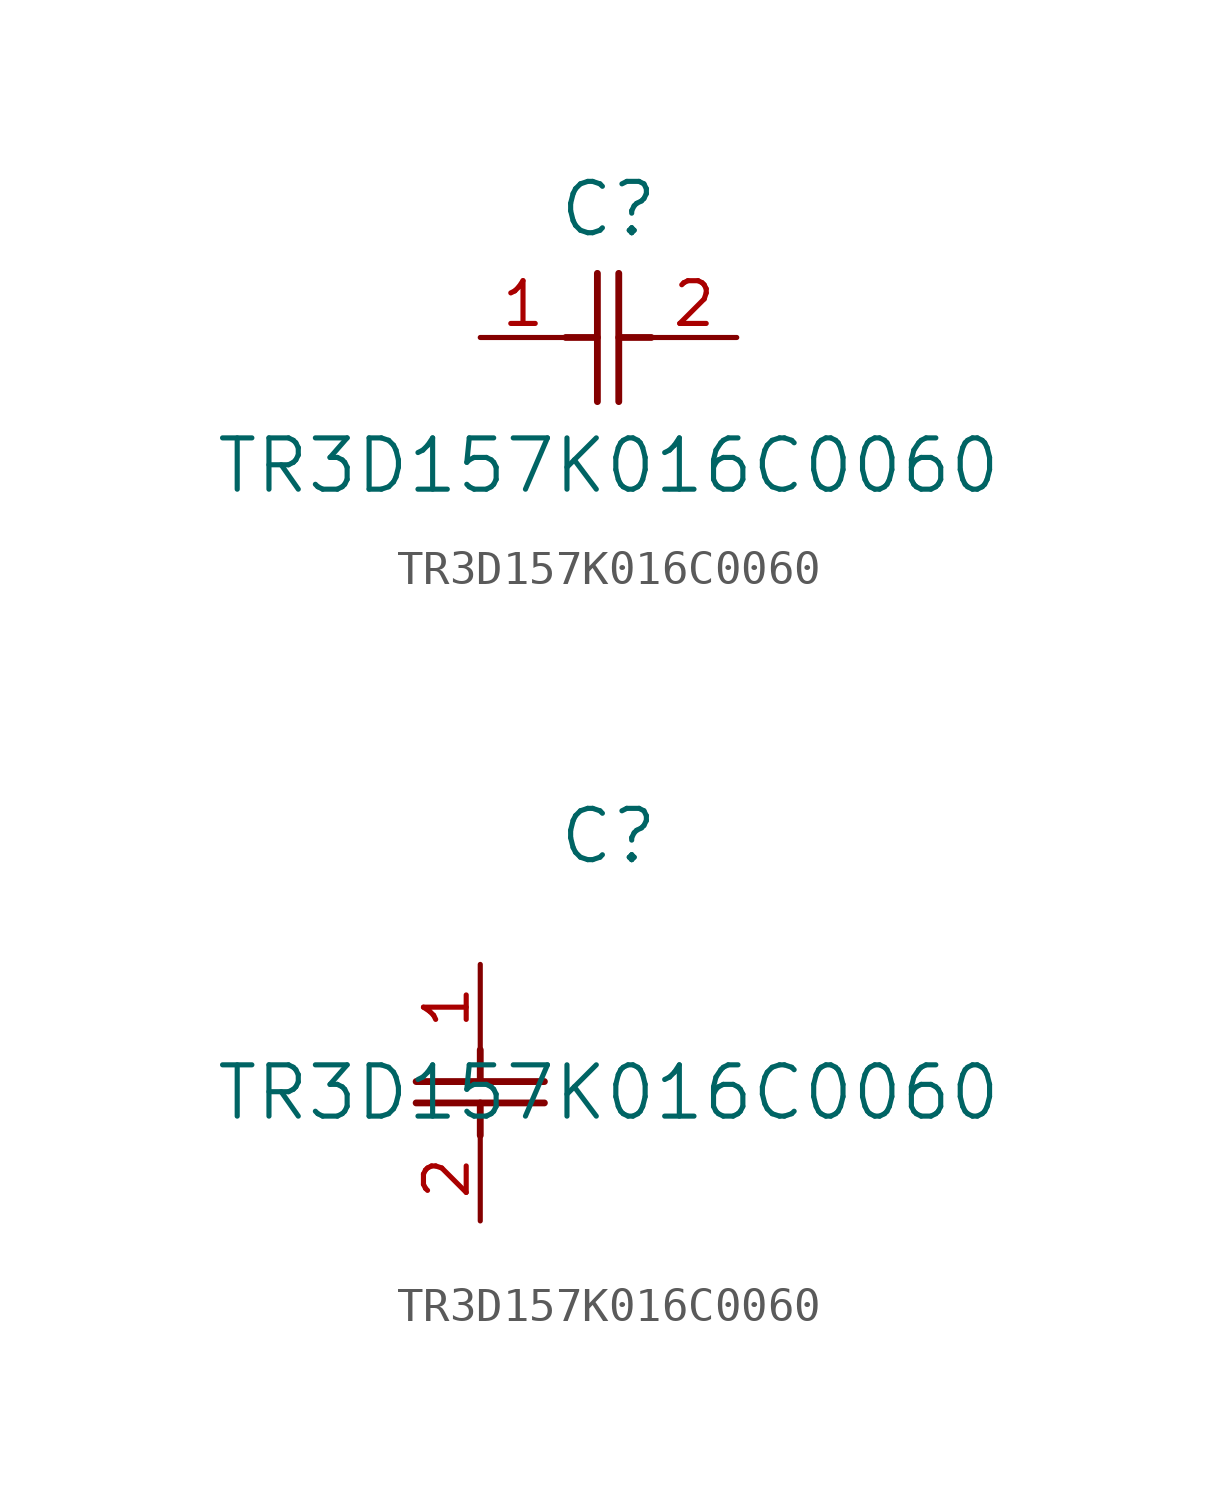
<source format=kicad_sym>
(kicad_symbol_lib
  (version 20211014)
  (generator kicad_symbol_editor)
  (symbol "TR3D157K016C0060"
    (pin_names
      (offset 0.254))
    (property "Reference" "C"
      (at 3.81 3.81 0)
      (effects (font (size 1.524 1.524))))
    (property "Value" "TR3D157K016C0060"
      (at 3.81 -3.81 0)
      (effects (font (size 1.524 1.524))))
    (symbol "TR3D157K016C0060_1_1"
      (polyline (pts (xy 3.48 -1.905) (xy 3.48 1.905)) (stroke (width 0.203) (type default) (color 0 0 0 0)) (fill (type none)))
      (polyline (pts (xy 4.115 -1.905) (xy 4.115 1.905)) (stroke (width 0.203) (type default) (color 0 0 0 0)) (fill (type none)))
      (polyline (pts (xy 4.115 0) (xy 5.08 0)) (stroke (width 0.203) (type default) (color 0 0 0 0)) (fill (type none)))
      (polyline (pts (xy 2.54 0) (xy 3.48 0)) (stroke (width 0.203) (type default) (color 0 0 0 0)) (fill (type none)))
      (pin unspecified line (at 0 0 0) (length 2.54) (name "" (effects (font (size 1.27 1.27)))) (number "1" (effects (font (size 1.27 1.27)))))
      (pin unspecified line (at 7.62 0 180) (length 2.54) (name "" (effects (font (size 1.27 1.27)))) (number "2" (effects (font (size 1.27 1.27))))))
    (symbol "TR3D157K016C0060_1_2"
      (polyline (pts (xy -1.905 -3.48) (xy 1.905 -3.48)) (stroke (width 0.203) (type default) (color 0 0 0 0)) (fill (type none)))
      (polyline (pts (xy -1.905 -4.115) (xy 1.905 -4.115)) (stroke (width 0.203) (type default) (color 0 0 0 0)) (fill (type none)))
      (polyline (pts (xy 0 -4.115) (xy 0 -5.08)) (stroke (width 0.203) (type default) (color 0 0 0 0)) (fill (type none)))
      (polyline (pts (xy 0 -2.54) (xy 0 -3.48)) (stroke (width 0.203) (type default) (color 0 0 0 0)) (fill (type none)))
      (pin unspecified line (at 0 0 270) (length 2.54) (name "" (effects (font (size 1.27 1.27)))) (number "1" (effects (font (size 1.27 1.27)))))
      (pin unspecified line (at 0 -7.62 90) (length 2.54) (name "" (effects (font (size 1.27 1.27)))) (number "2" (effects (font (size 1.27 1.27))))))))
</source>
